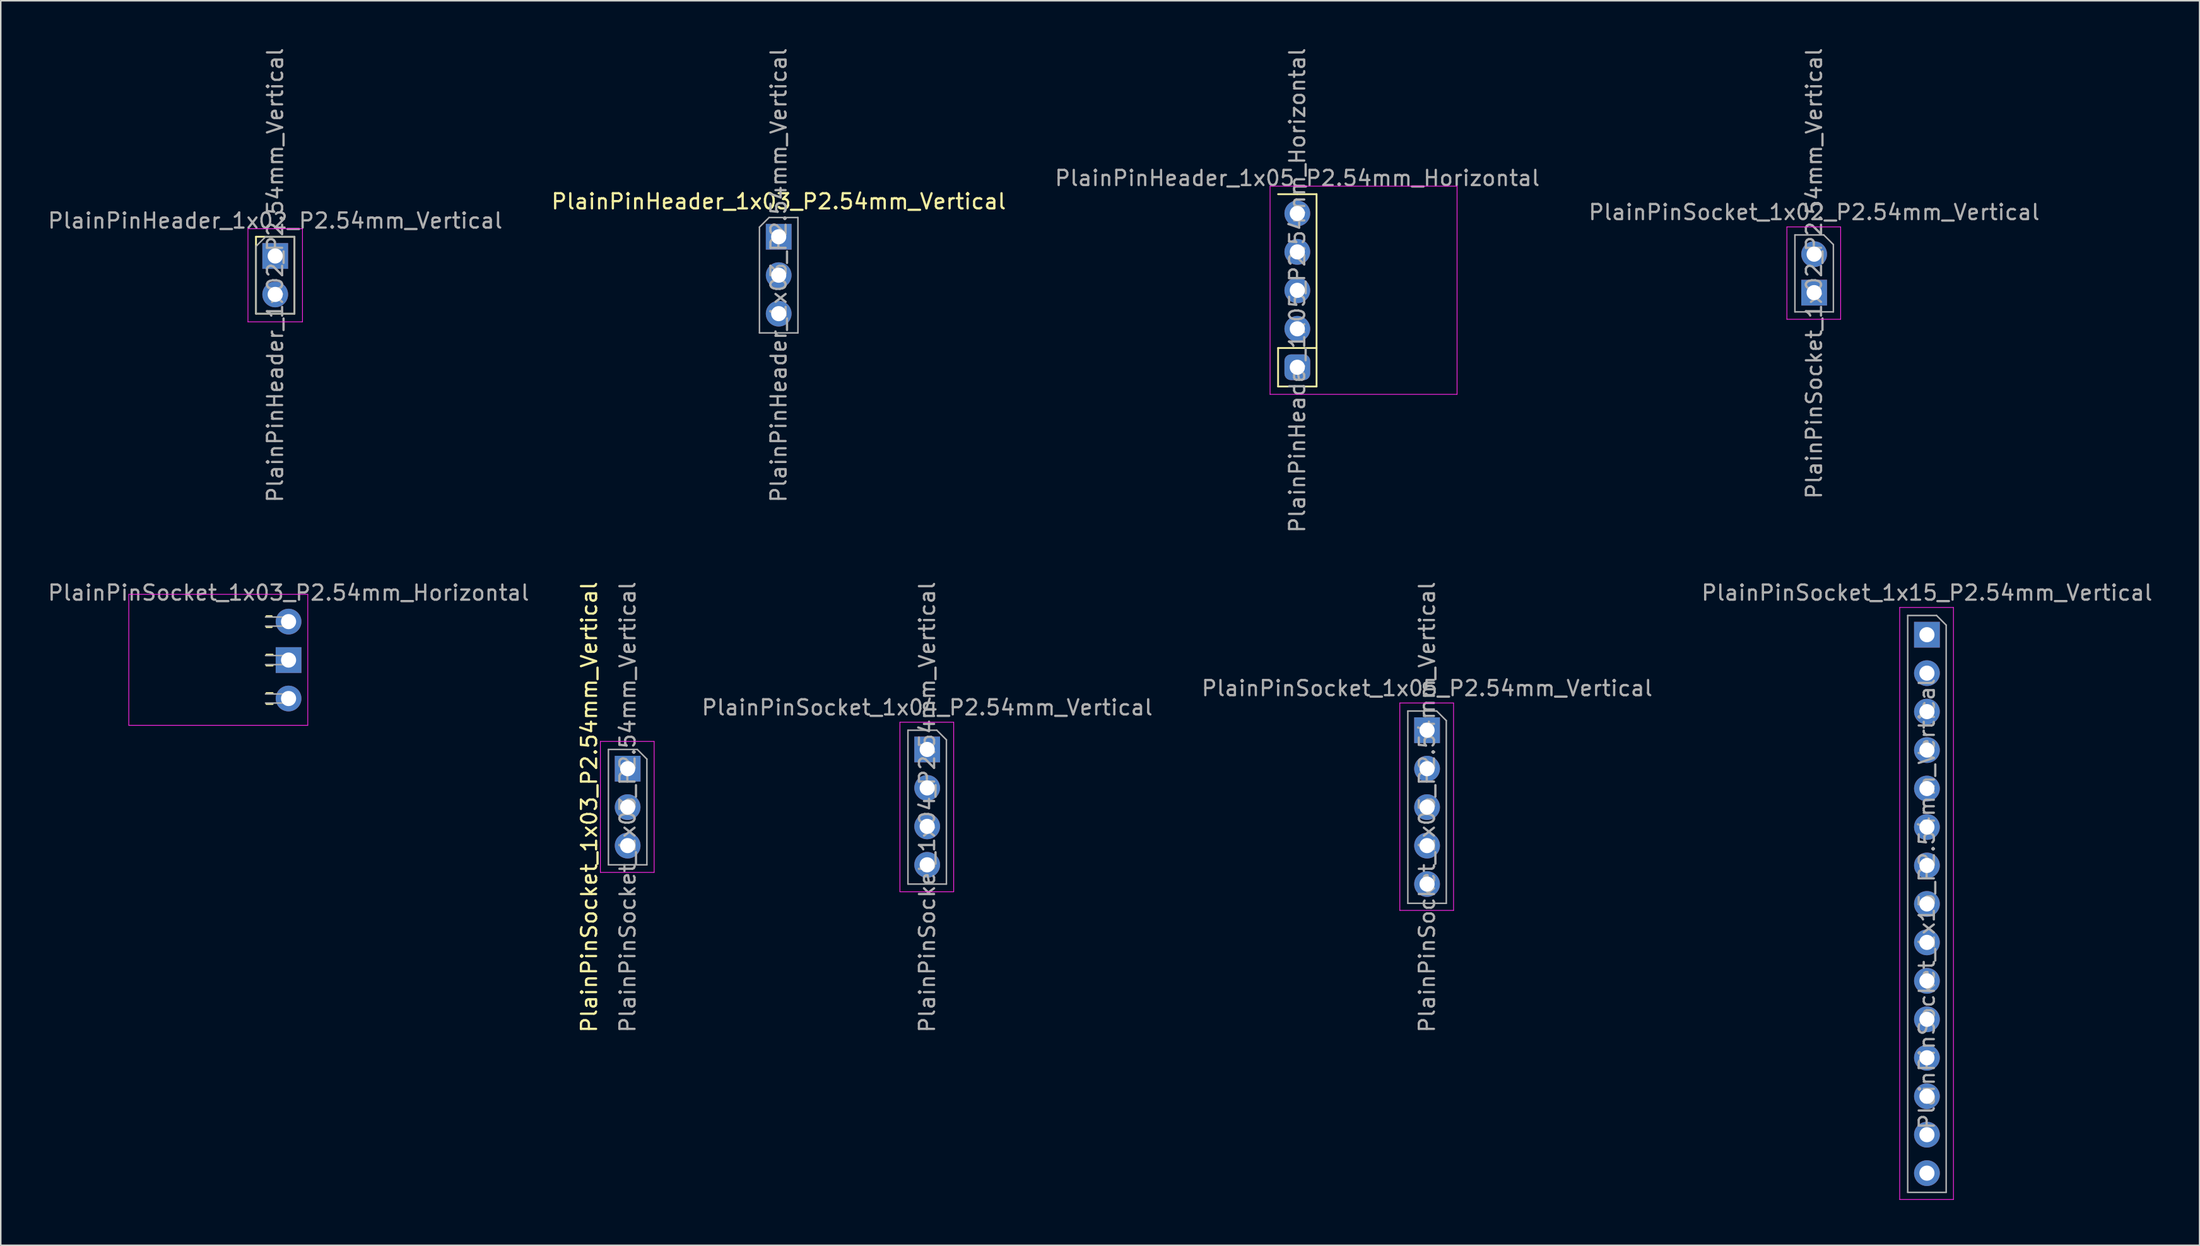
<source format=kicad_pcb>
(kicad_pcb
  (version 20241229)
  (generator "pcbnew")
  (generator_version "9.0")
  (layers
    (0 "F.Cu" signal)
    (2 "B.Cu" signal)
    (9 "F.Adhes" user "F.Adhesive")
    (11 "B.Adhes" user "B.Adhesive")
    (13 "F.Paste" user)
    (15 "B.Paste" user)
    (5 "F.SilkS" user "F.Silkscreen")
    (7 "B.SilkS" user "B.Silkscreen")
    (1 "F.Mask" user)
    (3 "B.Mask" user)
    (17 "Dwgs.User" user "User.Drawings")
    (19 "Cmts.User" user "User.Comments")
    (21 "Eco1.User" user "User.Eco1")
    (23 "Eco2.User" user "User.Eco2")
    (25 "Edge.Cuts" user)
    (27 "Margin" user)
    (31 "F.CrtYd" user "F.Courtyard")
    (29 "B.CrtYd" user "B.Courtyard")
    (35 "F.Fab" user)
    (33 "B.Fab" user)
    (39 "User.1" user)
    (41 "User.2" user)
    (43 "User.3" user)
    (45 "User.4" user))
  (footprint "PlainPinSocket_1x03_P2.54mm_Vertical"
    (layer "F.Cu")
    (at 38.4 47.716)
    (property "Reference" "PlainPinSocket_1x03_P2.54mm_Vertical" (at -2.54 2.54 90) (layer "F.SilkS") (effects (font (size 1 1) (thickness 0.15))))
    (attr through_hole)
    (fp_line (start -1.8 -1.8) (end 1.75 -1.8) (stroke (width 0.05) (type solid)) (layer "F.CrtYd"))
    (fp_line (start -1.8 6.85) (end -1.8 -1.8) (stroke (width 0.05) (type solid)) (layer "F.CrtYd"))
    (fp_line (start 1.75 -1.8) (end 1.75 6.85) (stroke (width 0.05) (type solid)) (layer "F.CrtYd"))
    (fp_line (start 1.75 6.85) (end -1.8 6.85) (stroke (width 0.05) (type solid)) (layer "F.CrtYd"))
    (fp_line (start -1.27 -1.27) (end 0.635 -1.27) (stroke (width 0.1) (type solid)) (layer "F.Fab"))
    (fp_line (start -1.27 6.35) (end -1.27 -1.27) (stroke (width 0.1) (type solid)) (layer "F.Fab"))
    (fp_line (start 0.635 -1.27) (end 1.27 -0.635) (stroke (width 0.1) (type solid)) (layer "F.Fab"))
    (fp_line (start 1.27 -0.635) (end 1.27 6.35) (stroke (width 0.1) (type solid)) (layer "F.Fab"))
    (fp_line (start 1.27 6.35) (end -1.27 6.35) (stroke (width 0.1) (type solid)) (layer "F.Fab"))
    (fp_text user "${REFERENCE}" (at 0 2.54 270) (layer "F.Fab") (effects (font (size 1 1) (thickness 0.15))))
    (pad "1" thru_hole rect (at 0 0) (size 1.7 1.7) (drill 1) (layers "*.Cu" "*.Mask"))
    (pad "2" thru_hole oval (at 0 2.54) (size 1.7 1.7) (drill 1) (layers "*.Cu" "*.Mask"))
    (pad "3" thru_hole oval (at 0 5.08) (size 1.7 1.7) (drill 1) (layers "*.Cu" "*.Mask")))
  (footprint "PlainPinSocket_1x04_P2.54mm_Vertical"
    (layer "F.Cu")
    (at 58.181 46.446)
    (property "Reference" "PlainPinSocket_1x04_P2.54mm_Vertical" (at 0 -2.77 0) (layer "F.Fab") (effects (font (size 1 1) (thickness 0.15))))
    (attr through_hole)
    (fp_line (start -1.8 -1.8) (end 1.75 -1.8) (stroke (width 0.05) (type solid)) (layer "F.CrtYd"))
    (fp_line (start -1.8 9.4) (end -1.8 -1.8) (stroke (width 0.05) (type solid)) (layer "F.CrtYd"))
    (fp_line (start 1.75 -1.8) (end 1.75 9.4) (stroke (width 0.05) (type solid)) (layer "F.CrtYd"))
    (fp_line (start 1.75 9.4) (end -1.8 9.4) (stroke (width 0.05) (type solid)) (layer "F.CrtYd"))
    (fp_line (start -1.27 -1.27) (end 0.635 -1.27) (stroke (width 0.1) (type solid)) (layer "F.Fab"))
    (fp_line (start -1.27 8.89) (end -1.27 -1.27) (stroke (width 0.1) (type solid)) (layer "F.Fab"))
    (fp_line (start 0.635 -1.27) (end 1.27 -0.635) (stroke (width 0.1) (type solid)) (layer "F.Fab"))
    (fp_line (start 1.27 -0.635) (end 1.27 8.89) (stroke (width 0.1) (type solid)) (layer "F.Fab"))
    (fp_line (start 1.27 8.89) (end -1.27 8.89) (stroke (width 0.1) (type solid)) (layer "F.Fab"))
    (fp_text user "${REFERENCE}" (at 0 3.81 90) (layer "F.Fab") (effects (font (size 1 1) (thickness 0.15))))
    (pad "1" thru_hole rect (at 0 0) (size 1.7 1.7) (drill 1) (layers "*.Cu" "*.Mask"))
    (pad "2" thru_hole oval (at 0 2.54) (size 1.7 1.7) (drill 1) (layers "*.Cu" "*.Mask"))
    (pad "3" thru_hole oval (at 0 5.08) (size 1.7 1.7) (drill 1) (layers "*.Cu" "*.Mask"))
    (pad "4" thru_hole oval (at 0 7.62) (size 1.7 1.7) (drill 1) (layers "*.Cu" "*.Mask")))
  (footprint "PlainPinSocket_1x05_P2.54mm_Vertical"
    (layer "F.Cu")
    (at 91.193 45.176)
    (property "Reference" "PlainPinSocket_1x05_P2.54mm_Vertical" (at 0 -2.77 180) (layer "F.Fab") (effects (font (size 1 1) (thickness 0.15))))
    (attr through_hole)
    (fp_line (start -1.8 -1.8) (end 1.75 -1.8) (stroke (width 0.05) (type solid)) (layer "F.CrtYd"))
    (fp_line (start -1.8 11.9) (end -1.8 -1.8) (stroke (width 0.05) (type solid)) (layer "F.CrtYd"))
    (fp_line (start 1.75 -1.8) (end 1.75 11.9) (stroke (width 0.05) (type solid)) (layer "F.CrtYd"))
    (fp_line (start 1.75 11.9) (end -1.8 11.9) (stroke (width 0.05) (type solid)) (layer "F.CrtYd"))
    (fp_line (start -1.27 -1.27) (end 0.635 -1.27) (stroke (width 0.1) (type solid)) (layer "F.Fab"))
    (fp_line (start -1.27 11.43) (end -1.27 -1.27) (stroke (width 0.1) (type solid)) (layer "F.Fab"))
    (fp_line (start 0.635 -1.27) (end 1.27 -0.635) (stroke (width 0.1) (type solid)) (layer "F.Fab"))
    (fp_line (start 1.27 -0.635) (end 1.27 11.43) (stroke (width 0.1) (type solid)) (layer "F.Fab"))
    (fp_line (start 1.27 11.43) (end -1.27 11.43) (stroke (width 0.1) (type solid)) (layer "F.Fab"))
    (fp_text user "${REFERENCE}" (at 0 5.08 270) (layer "F.Fab") (effects (font (size 1 1) (thickness 0.15))))
    (pad "1" thru_hole rect (at 0 0) (size 1.7 1.7) (drill 1) (layers "*.Cu" "*.Mask"))
    (pad "2" thru_hole oval (at 0 2.54) (size 1.7 1.7) (drill 1) (layers "*.Cu" "*.Mask"))
    (pad "3" thru_hole oval (at 0 5.08) (size 1.7 1.7) (drill 1) (layers "*.Cu" "*.Mask"))
    (pad "4" thru_hole oval (at 0 7.62) (size 1.7 1.7) (drill 1) (layers "*.Cu" "*.Mask"))
    (pad "5" thru_hole oval (at 0 10.16) (size 1.7 1.7) (drill 1) (layers "*.Cu" "*.Mask")))
  (footprint "PlainPinSocket_1x15_P2.54mm_Vertical"
    (layer "F.Cu")
    (at 124.205 38.868)
    (property "Reference" "PlainPinSocket_1x15_P2.54mm_Vertical" (at 0 -2.77 0) (layer "F.Fab") (effects (font (size 1 1) (thickness 0.15))))
    (attr through_hole)
    (fp_line (start -1.8 -1.8) (end 1.75 -1.8) (stroke (width 0.05) (type solid)) (layer "F.CrtYd"))
    (fp_line (start -1.8 37.3) (end -1.8 -1.8) (stroke (width 0.05) (type solid)) (layer "F.CrtYd"))
    (fp_line (start 1.75 -1.8) (end 1.75 37.3) (stroke (width 0.05) (type solid)) (layer "F.CrtYd"))
    (fp_line (start 1.75 37.3) (end -1.8 37.3) (stroke (width 0.05) (type solid)) (layer "F.CrtYd"))
    (fp_line (start -1.27 -1.27) (end 0.635 -1.27) (stroke (width 0.1) (type solid)) (layer "F.Fab"))
    (fp_line (start -1.27 36.83) (end -1.27 -1.27) (stroke (width 0.1) (type solid)) (layer "F.Fab"))
    (fp_line (start 0.635 -1.27) (end 1.27 -0.635) (stroke (width 0.1) (type solid)) (layer "F.Fab"))
    (fp_line (start 1.27 -0.635) (end 1.27 36.83) (stroke (width 0.1) (type solid)) (layer "F.Fab"))
    (fp_line (start 1.27 36.83) (end -1.27 36.83) (stroke (width 0.1) (type solid)) (layer "F.Fab"))
    (fp_text user "${REFERENCE}" (at 0 17.78 90) (layer "F.Fab") (effects (font (size 1 1) (thickness 0.15))))
    (pad "1" thru_hole rect (at 0 0) (size 1.7 1.7) (drill 1) (layers "*.Cu" "*.Mask"))
    (pad "2" thru_hole oval (at 0 2.54) (size 1.7 1.7) (drill 1) (layers "*.Cu" "*.Mask"))
    (pad "3" thru_hole oval (at 0 5.08) (size 1.7 1.7) (drill 1) (layers "*.Cu" "*.Mask"))
    (pad "4" thru_hole oval (at 0 7.62) (size 1.7 1.7) (drill 1) (layers "*.Cu" "*.Mask"))
    (pad "5" thru_hole oval (at 0 10.16) (size 1.7 1.7) (drill 1) (layers "*.Cu" "*.Mask"))
    (pad "6" thru_hole oval (at 0 12.7) (size 1.7 1.7) (drill 1) (layers "*.Cu" "*.Mask"))
    (pad "7" thru_hole oval (at 0 15.24) (size 1.7 1.7) (drill 1) (layers "*.Cu" "*.Mask"))
    (pad "8" thru_hole oval (at 0 17.78) (size 1.7 1.7) (drill 1) (layers "*.Cu" "*.Mask"))
    (pad "9" thru_hole oval (at 0 20.32) (size 1.7 1.7) (drill 1) (layers "*.Cu" "*.Mask"))
    (pad "10" thru_hole oval (at 0 22.86) (size 1.7 1.7) (drill 1) (layers "*.Cu" "*.Mask"))
    (pad "11" thru_hole oval (at 0 25.4) (size 1.7 1.7) (drill 1) (layers "*.Cu" "*.Mask"))
    (pad "12" thru_hole oval (at 0 27.94) (size 1.7 1.7) (drill 1) (layers "*.Cu" "*.Mask"))
    (pad "13" thru_hole oval (at 0 30.48) (size 1.7 1.7) (drill 1) (layers "*.Cu" "*.Mask"))
    (pad "14" thru_hole oval (at 0 33.02) (size 1.7 1.7) (drill 1) (layers "*.Cu" "*.Mask"))
    (pad "15" thru_hole oval (at 0 35.56) (size 1.7 1.7) (drill 1) (layers "*.Cu" "*.Mask")))
  (footprint "PlainPinSocket_1x03_P2.54mm_Horizontal"
    (layer "F.Cu")
    (at 16.006 38.003)
    (property "Reference" "PlainPinSocket_1x03_P2.54mm_Horizontal" (at 0 -1.905 180) (layer "F.Fab") (effects (font (size 1 1) (thickness 0.15))))
    (attr through_hole)
    (fp_line (start -1.46 -0.36) (end -1.11 -0.36) (stroke (width 0.12) (type solid)) (layer "F.SilkS"))
    (fp_line (start -1.46 0.36) (end -1.11 0.36) (stroke (width 0.12) (type solid)) (layer "F.SilkS"))
    (fp_line (start -1.46 2.18) (end -1.05 2.18) (stroke (width 0.12) (type solid)) (layer "F.SilkS"))
    (fp_line (start -1.46 2.9) (end -1.05 2.9) (stroke (width 0.12) (type solid)) (layer "F.SilkS"))
    (fp_line (start -1.46 4.72) (end -1.05 4.72) (stroke (width 0.12) (type solid)) (layer "F.SilkS"))
    (fp_line (start -1.46 5.44) (end -1.05 5.44) (stroke (width 0.12) (type solid)) (layer "F.SilkS"))
    (fp_line (start -10.55 -1.8) (end -10.55 6.85) (stroke (width 0.05) (type solid)) (layer "F.CrtYd"))
    (fp_line (start -10.55 6.85) (end 1.27 6.85) (stroke (width 0.05) (type solid)) (layer "F.CrtYd"))
    (fp_line (start 1.27 -1.8) (end -10.55 -1.8) (stroke (width 0.05) (type solid)) (layer "F.CrtYd"))
    (fp_line (start 1.27 6.85) (end 1.27 -1.8) (stroke (width 0.05) (type solid)) (layer "F.CrtYd"))
    (fp_line (start -1.52 0.3) (end 0 0.3) (stroke (width 0.1) (type solid)) (layer "F.Fab"))
    (fp_line (start -1.52 2.84) (end 0 2.84) (stroke (width 0.1) (type solid)) (layer "F.Fab"))
    (fp_line (start -1.52 5.38) (end 0 5.38) (stroke (width 0.1) (type solid)) (layer "F.Fab"))
    (fp_line (start 0 -0.3) (end -1.52 -0.3) (stroke (width 0.1) (type solid)) (layer "F.Fab"))
    (fp_line (start 0 0.3) (end 0 -0.3) (stroke (width 0.1) (type solid)) (layer "F.Fab"))
    (fp_line (start 0 2.24) (end -1.52 2.24) (stroke (width 0.1) (type solid)) (layer "F.Fab"))
    (fp_line (start 0 2.84) (end 0 2.24) (stroke (width 0.1) (type solid)) (layer "F.Fab"))
    (fp_line (start 0 4.78) (end -1.52 4.78) (stroke (width 0.1) (type solid)) (layer "F.Fab"))
    (fp_line (start 0 5.38) (end 0 4.78) (stroke (width 0.1) (type solid)) (layer "F.Fab"))
    (pad "1" thru_hole oval (at 0 0) (size 1.7 1.7) (drill 1) (layers "*.Cu" "*.Mask"))
    (pad "2" thru_hole rect (at 0 2.54) (size 1.7 1.7) (drill 1) (layers "*.Cu" "*.Mask"))
    (pad "3" thru_hole oval (at 0 5.08) (size 1.7 1.7) (drill 1) (layers "*.Cu" "*.Mask")))
  (footprint "PlainPinHeader_1x05_P2.54mm_Horizontal"
    (layer "F.Cu")
    (at 82.625 11.045)
    (property "Reference" "PlainPinHeader_1x05_P2.54mm_Horizontal" (at 0 -2.33 0) (layer "F.Fab") (effects (font (size 1 1) (thickness 0.15))))
    (attr through_hole)
    (fp_line (start -1.27 -1.27) (end 0 -1.27) (stroke (width 0.12) (type solid)) (layer "F.SilkS"))
    (fp_line (start -1.27 8.89) (end 1.27 8.89) (stroke (width 0.12) (type solid)) (layer "F.SilkS"))
    (fp_line (start -1.27 11.43) (end -1.27 8.89) (stroke (width 0.12) (type solid)) (layer "F.SilkS"))
    (fp_line (start -1.27 11.43) (end 1.27 11.43) (stroke (width 0.12) (type solid)) (layer "F.SilkS"))
    (fp_line (start 1.27 -1.27) (end 0 -1.27) (stroke (width 0.12) (type solid)) (layer "F.SilkS"))
    (fp_line (start 1.27 11.43) (end 1.27 -1.27) (stroke (width 0.12) (type solid)) (layer "F.SilkS"))
    (fp_line (start -1.8 -1.8) (end -1.8 11.95) (stroke (width 0.05) (type solid)) (layer "F.CrtYd"))
    (fp_line (start -1.8 11.95) (end 10.55 11.95) (stroke (width 0.05) (type solid)) (layer "F.CrtYd"))
    (fp_line (start 10.55 -1.8) (end -1.8 -1.8) (stroke (width 0.05) (type solid)) (layer "F.CrtYd"))
    (fp_line (start 10.55 11.95) (end 10.55 -1.8) (stroke (width 0.05) (type solid)) (layer "F.CrtYd"))
    (fp_line (start -0.32 -0.32) (end -0.32 0.32) (stroke (width 0.1) (type solid)) (layer "F.Fab"))
    (fp_line (start -0.32 2.22) (end -0.32 2.86) (stroke (width 0.1) (type solid)) (layer "F.Fab"))
    (fp_line (start -0.32 4.76) (end -0.32 5.4) (stroke (width 0.1) (type solid)) (layer "F.Fab"))
    (fp_line (start -0.32 7.3) (end -0.32 7.94) (stroke (width 0.1) (type solid)) (layer "F.Fab"))
    (fp_line (start -0.32 9.84) (end -0.32 10.48) (stroke (width 0.1) (type solid)) (layer "F.Fab"))
    (fp_text user "${REFERENCE}" (at 0 5.08 90) (layer "F.Fab") (effects (font (size 1 1) (thickness 0.15))))
    (pad "1" thru_hole circle (at 0 0) (size 1.7 1.7) (drill 1) (layers "*.Cu" "*.Mask"))
    (pad "2" thru_hole oval (at 0 2.54) (size 1.7 1.7) (drill 1) (layers "*.Cu" "*.Mask"))
    (pad "3" thru_hole oval (at 0 5.08) (size 1.7 1.7) (drill 1) (layers "*.Cu" "*.Mask"))
    (pad "4" thru_hole oval (at 0 7.62) (size 1.7 1.7) (drill 1) (layers "*.Cu" "*.Mask"))
    (pad "5" thru_hole roundrect (at 0 10.16) (size 1.7 1.7) (drill 1) (layers "*.Cu" "*.Mask") (roundrect_rratio 0.25)))
  (footprint "PlainPinHeader_1x02_P2.54mm_Vertical"
    (layer "F.Cu")
    (at 15.125 13.855)
    (property "Reference" "PlainPinHeader_1x02_P2.54mm_Vertical" (at 0 -2.33 180) (layer "F.Fab") (effects (font (size 1 1) (thickness 0.15))))
    (attr through_hole)
    (fp_line (start -1.27 -1.27) (end -1.27 3.81) (stroke (width 0.12) (type solid)) (layer "F.SilkS"))
    (fp_line (start -1.27 3.81) (end 1.27 3.81) (stroke (width 0.12) (type solid)) (layer "F.SilkS"))
    (fp_line (start 1.27 -1.27) (end -1.27 -1.27) (stroke (width 0.12) (type solid)) (layer "F.SilkS"))
    (fp_line (start 1.27 3.81) (end 1.27 -1.27) (stroke (width 0.12) (type solid)) (layer "F.SilkS"))
    (fp_line (start -1.8 -1.8) (end -1.8 4.35) (stroke (width 0.05) (type solid)) (layer "F.CrtYd"))
    (fp_line (start -1.8 4.35) (end 1.8 4.35) (stroke (width 0.05) (type solid)) (layer "F.CrtYd"))
    (fp_line (start 1.8 -1.8) (end -1.8 -1.8) (stroke (width 0.05) (type solid)) (layer "F.CrtYd"))
    (fp_line (start 1.8 4.35) (end 1.8 -1.8) (stroke (width 0.05) (type solid)) (layer "F.CrtYd"))
    (fp_line (start -1.27 -0.635) (end -0.635 -1.27) (stroke (width 0.1) (type solid)) (layer "F.Fab"))
    (fp_line (start -1.27 3.81) (end -1.27 -0.635) (stroke (width 0.1) (type solid)) (layer "F.Fab"))
    (fp_line (start -0.635 -1.27) (end 1.27 -1.27) (stroke (width 0.1) (type solid)) (layer "F.Fab"))
    (fp_line (start 1.27 -1.27) (end 1.27 3.81) (stroke (width 0.1) (type solid)) (layer "F.Fab"))
    (fp_line (start 1.27 3.81) (end -1.27 3.81) (stroke (width 0.1) (type solid)) (layer "F.Fab"))
    (fp_text user "${REFERENCE}" (at 0 1.27 270) (layer "F.Fab") (effects (font (size 1 1) (thickness 0.15))))
    (pad "1" thru_hole rect (at 0 0) (size 1.7 1.7) (drill 1) (layers "*.Cu" "*.Mask"))
    (pad "2" thru_hole oval (at 0 2.54) (size 1.7 1.7) (drill 1) (layers "*.Cu" "*.Mask")))
  (footprint "PlainPinHeader_1x03_P2.54mm_Vertical"
    (layer "F.Cu")
    (at 48.375 12.585)
    (property "Reference" "PlainPinHeader_1x03_P2.54mm_Vertical" (at 0 -2.33 0) (layer "F.SilkS") (effects (font (size 1 1) (thickness 0.15))))
    (attr through_hole)
    (fp_line (start -1.27 -0.635) (end -0.635 -1.27) (stroke (width 0.1) (type solid)) (layer "F.Fab"))
    (fp_line (start -1.27 6.35) (end -1.27 -0.635) (stroke (width 0.1) (type solid)) (layer "F.Fab"))
    (fp_line (start -0.635 -1.27) (end 1.27 -1.27) (stroke (width 0.1) (type solid)) (layer "F.Fab"))
    (fp_line (start 1.27 -1.27) (end 1.27 6.35) (stroke (width 0.1) (type solid)) (layer "F.Fab"))
    (fp_line (start 1.27 6.35) (end -1.27 6.35) (stroke (width 0.1) (type solid)) (layer "F.Fab"))
    (fp_text user "${REFERENCE}" (at 0 2.54 90) (layer "F.Fab") (effects (font (size 1 1) (thickness 0.15))))
    (pad "1" thru_hole rect (at 0 0) (size 1.7 1.7) (drill 1) (layers "*.Cu" "*.Mask"))
    (pad "2" thru_hole oval (at 0 2.54) (size 1.7 1.7) (drill 1) (layers "*.Cu" "*.Mask"))
    (pad "3" thru_hole oval (at 0 5.08) (size 1.7 1.7) (drill 1) (layers "*.Cu" "*.Mask")))
  (footprint "PlainPinSocket_1x02_P2.54mm_Vertical"
    (layer "F.Cu")
    (at 116.756 13.736)
    (property "Reference" "PlainPinSocket_1x02_P2.54mm_Vertical" (at 0 -2.77 180) (layer "F.Fab") (effects (font (size 1 1) (thickness 0.15))))
    (attr through_hole)
    (fp_line (start -1.8 -1.8) (end 1.75 -1.8) (stroke (width 0.05) (type solid)) (layer "F.CrtYd"))
    (fp_line (start -1.8 4.3) (end -1.8 -1.8) (stroke (width 0.05) (type solid)) (layer "F.CrtYd"))
    (fp_line (start 1.75 -1.8) (end 1.75 4.3) (stroke (width 0.05) (type solid)) (layer "F.CrtYd"))
    (fp_line (start 1.75 4.3) (end -1.8 4.3) (stroke (width 0.05) (type solid)) (layer "F.CrtYd"))
    (fp_line (start -1.27 -1.27) (end 0.635 -1.27) (stroke (width 0.1) (type solid)) (layer "F.Fab"))
    (fp_line (start -1.27 3.81) (end -1.27 -1.27) (stroke (width 0.1) (type solid)) (layer "F.Fab"))
    (fp_line (start 0.635 -1.27) (end 1.27 -0.635) (stroke (width 0.1) (type solid)) (layer "F.Fab"))
    (fp_line (start 1.27 -0.635) (end 1.27 3.81) (stroke (width 0.1) (type solid)) (layer "F.Fab"))
    (fp_line (start 1.27 3.81) (end -1.27 3.81) (stroke (width 0.1) (type solid)) (layer "F.Fab"))
    (fp_text user "${REFERENCE}" (at 0 1.27 90) (layer "F.Fab") (effects (font (size 1 1) (thickness 0.15))))
    (pad "1" thru_hole circle (at 0 0) (size 1.7 1.7) (drill 1) (layers "*.Cu" "*.Mask"))
    (pad "2" thru_hole rect (at 0 2.54) (size 1.7 1.7) (drill 1) (layers "*.Cu" "*.Mask")))
  (gr_rect
    (start -3 -3)
    (end 142.211 79.193)
    (stroke (width 0.1) (type default))
    (fill no)
    (layer "Edge.Cuts")))
</source>
